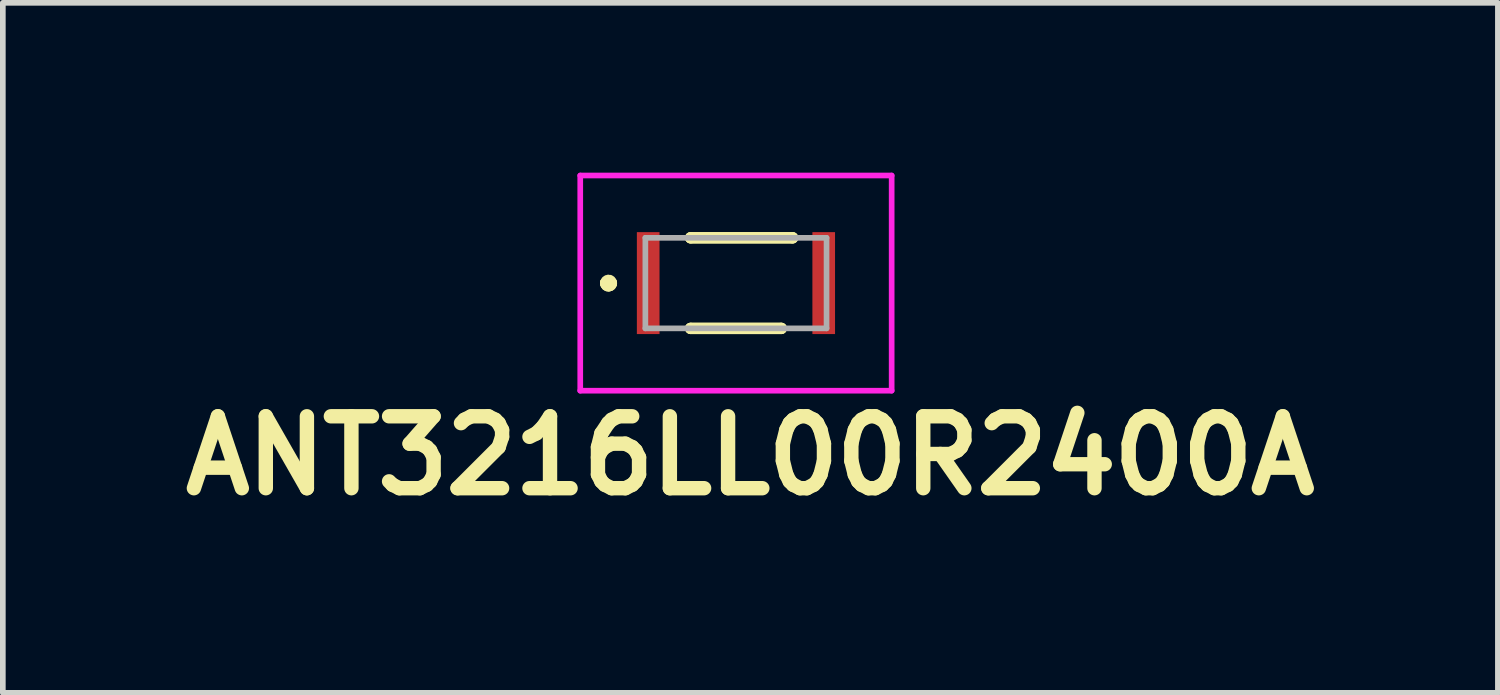
<source format=kicad_pcb>
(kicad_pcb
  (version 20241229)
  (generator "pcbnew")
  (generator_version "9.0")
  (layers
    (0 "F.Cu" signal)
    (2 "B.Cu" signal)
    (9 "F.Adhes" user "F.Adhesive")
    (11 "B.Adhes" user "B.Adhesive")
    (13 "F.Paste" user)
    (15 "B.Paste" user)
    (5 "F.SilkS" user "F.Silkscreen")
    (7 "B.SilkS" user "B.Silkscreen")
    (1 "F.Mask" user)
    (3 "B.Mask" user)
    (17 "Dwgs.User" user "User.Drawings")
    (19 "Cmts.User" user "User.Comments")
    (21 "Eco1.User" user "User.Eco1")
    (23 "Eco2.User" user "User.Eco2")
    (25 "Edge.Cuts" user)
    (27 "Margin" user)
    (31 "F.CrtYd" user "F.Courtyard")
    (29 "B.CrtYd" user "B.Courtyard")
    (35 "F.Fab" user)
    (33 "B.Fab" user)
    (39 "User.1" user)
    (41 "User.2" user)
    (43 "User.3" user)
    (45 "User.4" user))
  (footprint "ANT3216LL00R2400A"
    (layer "F.Cu")
    (at 9.948 1.95)
    (property "Reference" "ANT3216LL00R2400A" (at 0.254 3.048 0) (layer "F.SilkS") (effects (font (size 1.27 1.27) (thickness 0.254))))
    (attr smd)
    (fp_line (start -2.3 0) (end -2.3 0) (stroke (width 0.2) (type solid)) (layer "F.SilkS"))
    (fp_line (start -2.3 0) (end -2.3 0) (stroke (width 0.2) (type solid)) (layer "F.SilkS"))
    (fp_line (start -2.2 0) (end -2.2 0) (stroke (width 0.2) (type solid)) (layer "F.SilkS"))
    (fp_line (start -0.8 -0.8) (end -0.8 -0.8) (stroke (width 0.2) (type solid)) (layer "F.SilkS"))
    (fp_line (start -0.8 -0.8) (end 1 -0.8) (stroke (width 0.2) (type solid)) (layer "F.SilkS"))
    (fp_line (start -0.8 0.8) (end -0.8 0.8) (stroke (width 0.2) (type solid)) (layer "F.SilkS"))
    (fp_line (start -0.8 0.8) (end 0.8 0.8) (stroke (width 0.2) (type solid)) (layer "F.SilkS"))
    (fp_line (start 0.8 0.8) (end -0.8 0.8) (stroke (width 0.2) (type solid)) (layer "F.SilkS"))
    (fp_line (start 0.8 0.8) (end 0.8 0.8) (stroke (width 0.2) (type solid)) (layer "F.SilkS"))
    (fp_line (start 1 -0.8) (end -0.8 -0.8) (stroke (width 0.2) (type solid)) (layer "F.SilkS"))
    (fp_line (start 1 -0.8) (end 1 -0.8) (stroke (width 0.2) (type solid)) (layer "F.SilkS"))
    (fp_arc (start -2.3 0) (mid -2.25 -0.05) (end -2.2 0) (stroke (width 0.2) (type solid)) (layer "F.SilkS"))
    (fp_arc (start -2.2 0) (mid -2.25 0.05) (end -2.3 0) (stroke (width 0.2) (type solid)) (layer "F.SilkS"))
    (fp_arc (start -2.2 0) (mid -2.25 0.05) (end -2.3 0) (stroke (width 0.2) (type solid)) (layer "F.SilkS"))
    (fp_line (start -2.75 -1.9) (end 2.75 -1.9) (stroke (width 0.1) (type solid)) (layer "F.CrtYd"))
    (fp_line (start -2.75 1.9) (end -2.75 -1.9) (stroke (width 0.1) (type solid)) (layer "F.CrtYd"))
    (fp_line (start 2.75 -1.9) (end 2.75 1.9) (stroke (width 0.1) (type solid)) (layer "F.CrtYd"))
    (fp_line (start 2.75 1.9) (end -2.75 1.9) (stroke (width 0.1) (type solid)) (layer "F.CrtYd"))
    (fp_line (start -1.6 -0.8) (end -1.6 0.8) (stroke (width 0.1) (type solid)) (layer "F.Fab"))
    (fp_line (start -1.6 0.8) (end 1.6 0.8) (stroke (width 0.1) (type solid)) (layer "F.Fab"))
    (fp_line (start 1.6 -0.8) (end -1.6 -0.8) (stroke (width 0.1) (type solid)) (layer "F.Fab"))
    (fp_line (start 1.6 0.8) (end 1.6 -0.8) (stroke (width 0.1) (type solid)) (layer "F.Fab"))
    (pad "1" smd rect (at -1.55 0) (size 0.4 1.8) (layers "F.Cu" "F.Mask" "F.Paste"))
    (pad "2" smd rect (at 1.55 0) (size 0.4 1.8) (layers "F.Cu" "F.Mask" "F.Paste")))
  (gr_rect
    (start -3 -3)
    (end 23.405 9.187)
    (stroke (width 0.1) (type default))
    (fill no)
    (layer "Edge.Cuts")))
</source>
